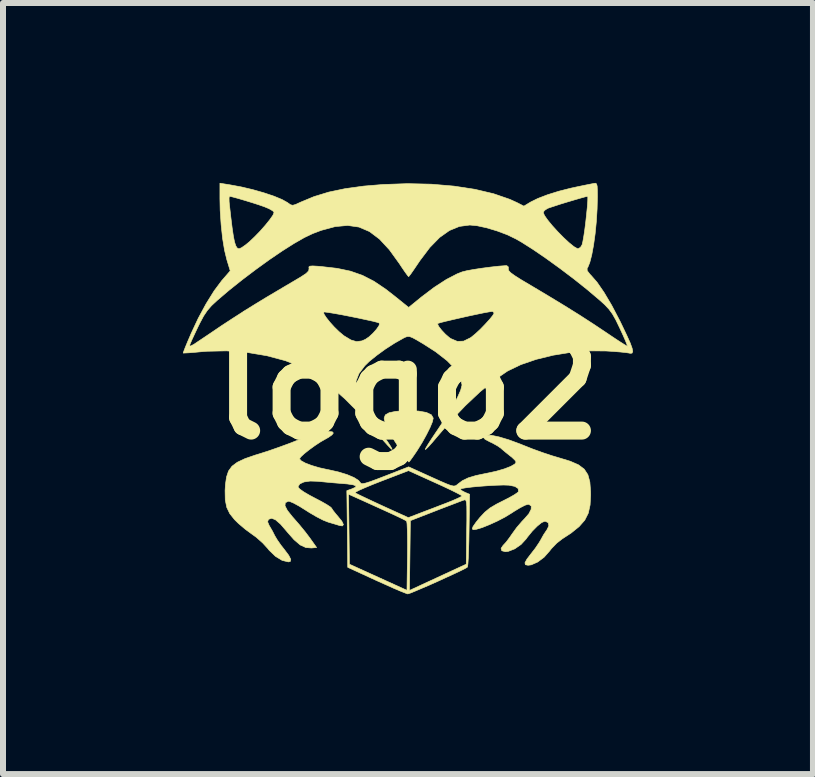
<source format=kicad_pcb>
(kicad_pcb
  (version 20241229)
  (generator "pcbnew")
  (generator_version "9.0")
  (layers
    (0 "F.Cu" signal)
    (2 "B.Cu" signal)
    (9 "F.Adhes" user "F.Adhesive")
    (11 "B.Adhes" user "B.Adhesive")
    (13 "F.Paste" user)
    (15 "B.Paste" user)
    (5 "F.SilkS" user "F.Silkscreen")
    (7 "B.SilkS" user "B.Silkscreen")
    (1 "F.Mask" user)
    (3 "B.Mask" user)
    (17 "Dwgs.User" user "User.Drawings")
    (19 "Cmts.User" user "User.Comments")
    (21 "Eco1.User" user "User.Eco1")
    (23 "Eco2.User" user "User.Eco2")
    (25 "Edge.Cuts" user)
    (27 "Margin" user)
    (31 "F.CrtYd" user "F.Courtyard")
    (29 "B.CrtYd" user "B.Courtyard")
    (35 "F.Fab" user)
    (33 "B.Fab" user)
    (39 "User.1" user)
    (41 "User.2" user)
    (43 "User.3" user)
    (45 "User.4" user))
  (footprint "logo2"
    (layer "F.Cu")
    (at 3.75 3.44)
    (property "Reference" "logo2" (at 0 0 0) (layer "F.SilkS") (effects (font (size 1.524 1.524) (thickness 0.3))))
    (attr through_hole)
    (fp_poly (pts (xy 0.179 0.364) (xy 0.31 0.387) (xy 0.392 0.426) (xy 0.423 0.48) (xy 0.423 0.484) (xy 0.409 0.545) (xy 0.369 0.641) (xy 0.31 0.759) (xy 0.239 0.887) (xy 0.161 1.013) (xy 0.136 1.051) (xy 0.08 1.132) (xy 0.038 1.19) (xy 0.018 1.213) (xy 0.017 1.214) (xy -0.001 1.192) (xy -0.043 1.134) (xy -0.1 1.051) (xy -0.12 1.02) (xy -0.222 0.86) (xy -0.304 0.715) (xy -0.362 0.594) (xy -0.392 0.506) (xy -0.395 0.48) (xy -0.375 0.428) (xy -0.312 0.392) (xy -0.203 0.369) (xy -0.043 0.358) (xy 0.001 0.357) (xy 0.179 0.364)) (stroke (width 0.01) (type solid)) (fill yes) (layer "F.SilkS"))
    (fp_poly (pts (xy -1.259 0.71) (xy -1.242 0.73) (xy -1.265 0.761) (xy -1.324 0.803) (xy -1.365 0.826) (xy -1.453 0.876) (xy -1.55 0.94) (xy -1.645 1.009) (xy -1.728 1.075) (xy -1.785 1.128) (xy -1.806 1.16) (xy -1.78 1.192) (xy -1.709 1.231) (xy -1.604 1.271) (xy -1.476 1.309) (xy -1.335 1.34) (xy -1.318 1.343) (xy -1.158 1.379) (xy -1.014 1.423) (xy -0.898 1.472) (xy -0.821 1.521) (xy -0.794 1.555) (xy -0.781 1.571) (xy -0.754 1.575) (xy -0.704 1.565) (xy -0.624 1.54) (xy -0.506 1.496) (xy -0.381 1.448) (xy 0.014 1.294) (xy 0.393 1.466) (xy 0.54 1.532) (xy 0.644 1.577) (xy 0.715 1.604) (xy 0.762 1.614) (xy 0.792 1.611) (xy 0.817 1.596) (xy 0.831 1.584) (xy 0.909 1.525) (xy 1.006 1.478) (xy 1.135 1.439) (xy 1.306 1.403) (xy 1.323 1.4) (xy 1.475 1.367) (xy 1.609 1.328) (xy 1.715 1.287) (xy 1.784 1.247) (xy 1.806 1.214) (xy 1.786 1.183) (xy 1.734 1.133) (xy 1.703 1.109) (xy 1.628 1.049) (xy 1.565 0.996) (xy 1.551 0.983) (xy 1.495 0.944) (xy 1.412 0.898) (xy 1.369 0.878) (xy 1.288 0.835) (xy 1.256 0.799) (xy 1.258 0.787) (xy 1.303 0.765) (xy 1.393 0.768) (xy 1.522 0.795) (xy 1.685 0.844) (xy 1.875 0.914) (xy 1.919 0.932) (xy 2.078 0.995) (xy 2.246 1.056) (xy 2.402 1.108) (xy 2.52 1.143) (xy 2.707 1.2) (xy 2.845 1.26) (xy 2.941 1.332) (xy 3.002 1.425) (xy 3.035 1.546) (xy 3.047 1.704) (xy 3.048 1.764) (xy 3.039 1.93) (xy 3.009 2.066) (xy 2.95 2.183) (xy 2.856 2.29) (xy 2.721 2.399) (xy 2.574 2.495) (xy 2.484 2.565) (xy 2.395 2.657) (xy 2.362 2.699) (xy 2.272 2.801) (xy 2.165 2.881) (xy 2.058 2.928) (xy 2.005 2.935) (xy 1.96 2.926) (xy 1.953 2.893) (xy 1.985 2.834) (xy 2.056 2.741) (xy 2.126 2.651) (xy 2.188 2.559) (xy 2.216 2.512) (xy 2.263 2.427) (xy 2.312 2.353) (xy 2.317 2.348) (xy 2.351 2.279) (xy 2.342 2.226) (xy 2.294 2.202) (xy 2.284 2.201) (xy 2.231 2.223) (xy 2.158 2.282) (xy 2.075 2.366) (xy 1.993 2.467) (xy 1.971 2.498) (xy 1.888 2.588) (xy 1.783 2.661) (xy 1.675 2.703) (xy 1.626 2.709) (xy 1.567 2.693) (xy 1.555 2.653) (xy 1.591 2.6) (xy 1.599 2.593) (xy 1.64 2.548) (xy 1.696 2.474) (xy 1.738 2.413) (xy 1.813 2.309) (xy 1.902 2.205) (xy 1.945 2.16) (xy 2.018 2.076) (xy 2.056 2.002) (xy 2.058 1.948) (xy 2.021 1.921) (xy 2.003 1.919) (xy 1.954 1.934) (xy 1.874 1.975) (xy 1.776 2.034) (xy 1.727 2.066) (xy 1.619 2.132) (xy 1.492 2.198) (xy 1.36 2.258) (xy 1.238 2.307) (xy 1.14 2.336) (xy 1.095 2.342) (xy 1.074 2.33) (xy 1.087 2.29) (xy 1.138 2.217) (xy 1.202 2.138) (xy 1.283 2.051) (xy 1.37 1.98) (xy 1.48 1.915) (xy 1.581 1.864) (xy 1.689 1.809) (xy 1.777 1.759) (xy 1.832 1.721) (xy 1.845 1.707) (xy 1.84 1.656) (xy 1.785 1.62) (xy 1.685 1.6) (xy 1.597 1.597) (xy 1.468 1.601) (xy 1.329 1.609) (xy 1.191 1.619) (xy 1.065 1.631) (xy 0.963 1.644) (xy 0.896 1.656) (xy 0.875 1.666) (xy 0.898 1.69) (xy 0.953 1.719) (xy 1.03 1.751) (xy 1.021 2.35) (xy 1.018 2.528) (xy 1.013 2.687) (xy 1.008 2.818) (xy 1.002 2.912) (xy 0.995 2.962) (xy 0.993 2.966) (xy 0.957 2.988) (xy 0.879 3.027) (xy 0.771 3.078) (xy 0.642 3.137) (xy 0.503 3.201) (xy 0.364 3.263) (xy 0.233 3.319) (xy 0.123 3.366) (xy 0.042 3.399) (xy 0.001 3.412) (xy -0.001 3.413) (xy -0.039 3.4) (xy -0.119 3.368) (xy -0.149 3.355) (xy 0.027 3.355) (xy 0.5 3.136) (xy 0.974 2.917) (xy 0.981 2.374) (xy 0.984 2.186) (xy 0.984 2.048) (xy 0.983 1.952) (xy 0.978 1.891) (xy 0.97 1.857) (xy 0.958 1.845) (xy 0.942 1.845) (xy 0.937 1.847) (xy 0.894 1.862) (xy 0.808 1.895) (xy 0.69 1.94) (xy 0.551 1.993) (xy 0.464 2.027) (xy 0.042 2.191) (xy 0.035 2.773) (xy 0.027 3.355) (xy -0.149 3.355) (xy -0.232 3.32) (xy -0.37 3.258) (xy -0.522 3.19) (xy -1.002 2.969) (xy -1.009 2.33) (xy -1.016 1.75) (xy -0.989 1.75) (xy -0.981 2.334) (xy -0.974 2.917) (xy -0.494 3.135) (xy -0.014 3.353) (xy -0.006 2.786) (xy -0.005 2.613) (xy -0.006 2.459) (xy -0.009 2.333) (xy -0.013 2.244) (xy -0.019 2.201) (xy -0.021 2.199) (xy -0.039 2.187) (xy -0.081 2.165) (xy -0.152 2.131) (xy -0.256 2.082) (xy -0.398 2.017) (xy -0.581 1.934) (xy -0.811 1.83) (xy -0.84 1.817) (xy -0.989 1.75) (xy -1.016 1.75) (xy -1.017 1.726) (xy -0.881 1.726) (xy -0.849 1.743) (xy -0.776 1.779) (xy -0.668 1.83) (xy -0.536 1.892) (xy -0.426 1.943) (xy 0.009 2.141) (xy 0.181 2.075) (xy 0.285 2.035) (xy 0.42 1.984) (xy 0.562 1.929) (xy 0.628 1.904) (xy 0.741 1.859) (xy 0.832 1.819) (xy 0.889 1.791) (xy 0.903 1.779) (xy 0.879 1.762) (xy 0.811 1.726) (xy 0.708 1.675) (xy 0.579 1.614) (xy 0.458 1.559) (xy 0.012 1.357) (xy -0.444 1.532) (xy -0.591 1.59) (xy -0.716 1.642) (xy -0.811 1.684) (xy -0.868 1.714) (xy -0.881 1.726) (xy -1.017 1.726) (xy -1.017 1.691) (xy -0.932 1.661) (xy -0.873 1.634) (xy -0.865 1.612) (xy -0.911 1.594) (xy -1.01 1.579) (xy -1.107 1.571) (xy -1.243 1.56) (xy -1.382 1.547) (xy -1.496 1.536) (xy -1.503 1.535) (xy -1.628 1.531) (xy -1.731 1.546) (xy -1.801 1.578) (xy -1.829 1.622) (xy -1.829 1.634) (xy -1.801 1.665) (xy -1.733 1.713) (xy -1.635 1.77) (xy -1.552 1.814) (xy -1.441 1.872) (xy -1.35 1.924) (xy -1.291 1.963) (xy -1.273 1.98) (xy -1.249 2.018) (xy -1.2 2.08) (xy -1.168 2.117) (xy -1.1 2.201) (xy -1.074 2.256) (xy -1.09 2.279) (xy -1.136 2.273) (xy -1.202 2.253) (xy -1.293 2.226) (xy -1.33 2.215) (xy -1.411 2.183) (xy -1.52 2.127) (xy -1.64 2.057) (xy -1.701 2.018) (xy -1.808 1.951) (xy -1.901 1.9) (xy -1.969 1.871) (xy -1.994 1.867) (xy -2.043 1.893) (xy -2.048 1.943) (xy -2.009 2.02) (xy -1.924 2.127) (xy -1.9 2.154) (xy -1.806 2.262) (xy -1.712 2.377) (xy -1.636 2.477) (xy -1.629 2.487) (xy -1.521 2.639) (xy -1.606 2.647) (xy -1.7 2.64) (xy -1.795 2.596) (xy -1.897 2.509) (xy -2.015 2.375) (xy -2.016 2.373) (xy -2.122 2.25) (xy -2.206 2.177) (xy -2.271 2.151) (xy -2.321 2.169) (xy -2.324 2.171) (xy -2.338 2.21) (xy -2.314 2.268) (xy -2.307 2.28) (xy -2.258 2.364) (xy -2.218 2.443) (xy -2.177 2.512) (xy -2.115 2.601) (xy -2.062 2.668) (xy -1.986 2.769) (xy -1.952 2.836) (xy -1.96 2.872) (xy -1.991 2.879) (xy -2.095 2.854) (xy -2.207 2.786) (xy -2.313 2.684) (xy -2.333 2.658) (xy -2.419 2.564) (xy -2.527 2.468) (xy -2.602 2.414) (xy -2.712 2.333) (xy -2.825 2.237) (xy -2.889 2.174) (xy -2.969 2.074) (xy -3.019 1.97) (xy -3.044 1.846) (xy -3.047 1.69) (xy -3.041 1.588) (xy -3.023 1.463) (xy -2.99 1.364) (xy -2.932 1.284) (xy -2.844 1.218) (xy -2.717 1.158) (xy -2.544 1.098) (xy -2.468 1.075) (xy -2.321 1.028) (xy -2.147 0.967) (xy -1.972 0.903) (xy -1.863 0.86) (xy -1.699 0.798) (xy -1.549 0.751) (xy -1.421 0.72) (xy -1.321 0.705) (xy -1.259 0.71)) (stroke (width 0.01) (type solid)) (fill yes) (layer "F.SilkS"))
    (fp_poly (pts (xy 3.147 -3.423) (xy 3.157 -3.385) (xy 3.16 -3.311) (xy 3.161 -3.211) (xy 3.156 -3.005) (xy 3.143 -2.796) (xy 3.123 -2.592) (xy 3.097 -2.405) (xy 3.067 -2.242) (xy 3.034 -2.114) (xy 3 -2.03) (xy 2.989 -2.016) (xy 2.991 -1.976) (xy 3.039 -1.914) (xy 3.051 -1.903) (xy 3.155 -1.784) (xy 3.272 -1.614) (xy 3.4 -1.398) (xy 3.536 -1.138) (xy 3.569 -1.07) (xy 3.651 -0.898) (xy 3.708 -0.771) (xy 3.74 -0.683) (xy 3.75 -0.629) (xy 3.738 -0.602) (xy 3.706 -0.599) (xy 3.69 -0.603) (xy 3.637 -0.611) (xy 3.542 -0.621) (xy 3.419 -0.631) (xy 3.302 -0.638) (xy 3.015 -0.64) (xy 2.718 -0.615) (xy 2.421 -0.567) (xy 2.14 -0.498) (xy 1.886 -0.411) (xy 1.674 -0.309) (xy 1.656 -0.299) (xy 1.439 -0.15) (xy 1.203 0.044) (xy 0.957 0.276) (xy 0.706 0.539) (xy 0.483 0.798) (xy 0.406 0.889) (xy 0.343 0.959) (xy 0.302 0.999) (xy 0.291 1.005) (xy 0.301 0.979) (xy 0.339 0.916) (xy 0.398 0.824) (xy 0.473 0.712) (xy 0.495 0.68) (xy 0.631 0.475) (xy 0.743 0.292) (xy 0.827 0.138) (xy 0.881 0.017) (xy 0.903 -0.067) (xy 0.903 -0.074) (xy 0.875 -0.2) (xy 0.793 -0.334) (xy 0.656 -0.475) (xy 0.465 -0.624) (xy 0.264 -0.753) (xy 0.153 -0.819) (xy 0.078 -0.86) (xy 0.028 -0.879) (xy -0.01 -0.879) (xy -0.048 -0.865) (xy -0.068 -0.855) (xy -0.217 -0.771) (xy -0.374 -0.67) (xy -0.521 -0.563) (xy -0.646 -0.462) (xy -0.718 -0.391) (xy -0.816 -0.26) (xy -0.863 -0.138) (xy -0.862 -0.016) (xy -0.848 0.038) (xy -0.812 0.121) (xy -0.75 0.238) (xy -0.668 0.377) (xy -0.574 0.529) (xy -0.474 0.68) (xy -0.39 0.8) (xy -0.328 0.889) (xy -0.283 0.959) (xy -0.262 1) (xy -0.262 1.005) (xy -0.284 0.989) (xy -0.334 0.937) (xy -0.408 0.855) (xy -0.498 0.752) (xy -0.548 0.693) (xy -0.803 0.407) (xy -1.056 0.154) (xy -1.301 -0.061) (xy -1.534 -0.234) (xy -1.749 -0.36) (xy -1.766 -0.368) (xy -2.041 -0.476) (xy -2.353 -0.559) (xy -2.686 -0.615) (xy -3.025 -0.64) (xy -3.356 -0.633) (xy -3.405 -0.629) (xy -3.535 -0.617) (xy -3.643 -0.608) (xy -3.717 -0.604) (xy -3.745 -0.603) (xy -3.737 -0.63) (xy -3.711 -0.698) (xy -3.7 -0.724) (xy -3.64 -0.724) (xy -3.621 -0.721) (xy -3.572 -0.746) (xy -3.562 -0.752) (xy -3.512 -0.786) (xy -3.425 -0.844) (xy -3.312 -0.92) (xy -3.182 -1.008) (xy -3.104 -1.061) (xy -2.931 -1.174) (xy -2.755 -1.287) (xy -1.403 -1.287) (xy -1.399 -1.255) (xy -1.361 -1.196) (xy -1.301 -1.12) (xy -1.227 -1.038) (xy -1.147 -0.96) (xy -1.072 -0.897) (xy -1.061 -0.889) (xy -0.948 -0.821) (xy -0.855 -0.794) (xy -0.766 -0.806) (xy -0.707 -0.832) (xy -0.647 -0.873) (xy -0.582 -0.933) (xy -0.523 -0.999) (xy -0.482 -1.058) (xy -0.471 -1.094) (xy 0.494 -1.094) (xy 0.513 -1.05) (xy 0.562 -0.986) (xy 0.626 -0.918) (xy 0.692 -0.861) (xy 0.715 -0.845) (xy 0.825 -0.798) (xy 0.93 -0.802) (xy 1.042 -0.857) (xy 1.061 -0.87) (xy 1.129 -0.926) (xy 1.21 -1.001) (xy 1.291 -1.085) (xy 1.364 -1.165) (xy 1.417 -1.231) (xy 1.439 -1.271) (xy 1.439 -1.273) (xy 1.417 -1.295) (xy 1.404 -1.297) (xy 1.355 -1.29) (xy 1.266 -1.274) (xy 1.151 -1.25) (xy 1.019 -1.222) (xy 0.881 -1.191) (xy 0.75 -1.161) (xy 0.635 -1.134) (xy 0.548 -1.112) (xy 0.5 -1.097) (xy 0.494 -1.094) (xy -0.471 -1.094) (xy -0.47 -1.097) (xy -0.473 -1.102) (xy -0.508 -1.115) (xy -0.586 -1.135) (xy -0.696 -1.159) (xy -0.826 -1.187) (xy -0.965 -1.215) (xy -1.102 -1.242) (xy -1.225 -1.264) (xy -1.324 -1.28) (xy -1.387 -1.288) (xy -1.403 -1.287) (xy -2.755 -1.287) (xy -2.733 -1.302) (xy -2.531 -1.427) (xy -2.35 -1.537) (xy -2.328 -1.55) (xy -2.181 -1.637) (xy -2.038 -1.722) (xy -1.912 -1.796) (xy -1.816 -1.853) (xy -1.784 -1.872) (xy -1.696 -1.93) (xy -1.653 -1.974) (xy -1.647 -2.013) (xy -1.647 -2.013) (xy -1.65 -2.039) (xy -1.634 -2.052) (xy -1.588 -2.056) (xy -1.501 -2.051) (xy -1.444 -2.046) (xy -1.181 -2.016) (xy -0.957 -1.969) (xy -0.757 -1.899) (xy -0.566 -1.801) (xy -0.367 -1.667) (xy -0.226 -1.557) (xy 0.014 -1.364) (xy 0.226 -1.537) (xy 0.44 -1.699) (xy 0.642 -1.83) (xy 0.823 -1.924) (xy 0.907 -1.957) (xy 0.983 -1.976) (xy 1.098 -1.997) (xy 1.236 -2.018) (xy 1.381 -2.037) (xy 1.515 -2.052) (xy 1.622 -2.06) (xy 1.651 -2.06) (xy 1.676 -2.039) (xy 1.675 -2.01) (xy 1.68 -1.981) (xy 1.712 -1.945) (xy 1.779 -1.896) (xy 1.886 -1.828) (xy 1.967 -1.78) (xy 2.305 -1.579) (xy 2.6 -1.4) (xy 2.862 -1.237) (xy 3.097 -1.085) (xy 3.301 -0.949) (xy 3.424 -0.866) (xy 3.529 -0.797) (xy 3.609 -0.746) (xy 3.654 -0.72) (xy 3.662 -0.718) (xy 3.654 -0.745) (xy 3.627 -0.813) (xy 3.584 -0.911) (xy 3.534 -1.019) (xy 3.468 -1.156) (xy 3.412 -1.255) (xy 3.354 -1.334) (xy 3.284 -1.409) (xy 3.201 -1.484) (xy 2.997 -1.657) (xy 2.773 -1.836) (xy 2.539 -2.013) (xy 2.308 -2.18) (xy 2.089 -2.33) (xy 1.895 -2.453) (xy 1.806 -2.504) (xy 1.66 -2.575) (xy 1.49 -2.639) (xy 1.317 -2.691) (xy 1.156 -2.726) (xy 1.033 -2.738) (xy 0.86 -2.715) (xy 0.694 -2.647) (xy 0.53 -2.531) (xy 0.367 -2.364) (xy 0.2 -2.143) (xy 0.163 -2.088) (xy 0.1 -1.995) (xy 0.05 -1.923) (xy 0.018 -1.882) (xy 0.013 -1.877) (xy -0.006 -1.899) (xy -0.049 -1.958) (xy -0.107 -2.043) (xy -0.141 -2.095) (xy -0.308 -2.326) (xy -0.472 -2.503) (xy -0.639 -2.629) (xy -0.814 -2.704) (xy -1.003 -2.731) (xy -1.211 -2.712) (xy -1.445 -2.649) (xy -1.585 -2.596) (xy -1.724 -2.53) (xy -1.897 -2.431) (xy -2.096 -2.305) (xy -2.312 -2.158) (xy -2.536 -1.996) (xy -2.762 -1.825) (xy -2.981 -1.65) (xy -3.184 -1.477) (xy -3.185 -1.476) (xy -3.275 -1.392) (xy -3.344 -1.312) (xy -3.405 -1.221) (xy -3.469 -1.101) (xy -3.503 -1.032) (xy -3.558 -0.915) (xy -3.603 -0.818) (xy -3.632 -0.75) (xy -3.64 -0.724) (xy -3.7 -0.724) (xy -3.67 -0.797) (xy -3.618 -0.917) (xy -3.618 -0.919) (xy -3.495 -1.182) (xy -3.363 -1.426) (xy -3.23 -1.64) (xy -3.101 -1.813) (xy -3.084 -1.832) (xy -2.961 -1.974) (xy -3.017 -2.157) (xy -3.056 -2.317) (xy -3.089 -2.518) (xy -3.113 -2.745) (xy -3.129 -2.982) (xy -3.133 -3.174) (xy -3.133 -3.192) (xy -2.981 -3.192) (xy -2.98 -3.13) (xy -2.977 -3.097) (xy -2.951 -2.868) (xy -2.929 -2.689) (xy -2.909 -2.554) (xy -2.89 -2.458) (xy -2.87 -2.395) (xy -2.849 -2.359) (xy -2.826 -2.344) (xy -2.813 -2.342) (xy -2.772 -2.36) (xy -2.706 -2.406) (xy -2.639 -2.461) (xy -2.552 -2.544) (xy -2.46 -2.639) (xy -2.373 -2.738) (xy -2.3 -2.829) (xy -2.249 -2.902) (xy -2.23 -2.947) (xy -2.23 -2.947) (xy 2.258 -2.947) (xy 2.278 -2.898) (xy 2.331 -2.822) (xy 2.408 -2.728) (xy 2.499 -2.628) (xy 2.596 -2.529) (xy 2.689 -2.443) (xy 2.769 -2.378) (xy 2.827 -2.345) (xy 2.839 -2.342) (xy 2.879 -2.366) (xy 2.905 -2.408) (xy 2.918 -2.461) (xy 2.934 -2.551) (xy 2.951 -2.666) (xy 2.967 -2.795) (xy 2.981 -2.924) (xy 2.993 -3.043) (xy 3 -3.139) (xy 3.001 -3.201) (xy 2.997 -3.217) (xy 2.961 -3.209) (xy 2.884 -3.188) (xy 2.781 -3.158) (xy 2.663 -3.123) (xy 2.545 -3.087) (xy 2.441 -3.053) (xy 2.362 -3.027) (xy 2.327 -3.014) (xy 2.276 -2.979) (xy 2.258 -2.947) (xy -2.23 -2.947) (xy -2.23 -2.947) (xy -2.254 -2.976) (xy -2.318 -3.012) (xy -2.392 -3.043) (xy -2.484 -3.075) (xy -2.596 -3.111) (xy -2.714 -3.147) (xy -2.825 -3.18) (xy -2.914 -3.204) (xy -2.966 -3.217) (xy -2.973 -3.217) (xy -2.981 -3.192) (xy -3.133 -3.192) (xy -3.133 -3.435) (xy -2.97 -3.409) (xy -2.78 -3.374) (xy -2.585 -3.328) (xy -2.399 -3.275) (xy -2.232 -3.219) (xy -2.097 -3.163) (xy -2.004 -3.111) (xy -1.997 -3.105) (xy -1.955 -3.076) (xy -1.919 -3.067) (xy -1.87 -3.081) (xy -1.79 -3.118) (xy -1.564 -3.212) (xy -1.319 -3.287) (xy -1.047 -3.344) (xy -0.737 -3.387) (xy -0.413 -3.414) (xy -0.004 -3.428) (xy 0.393 -3.419) (xy 0.768 -3.387) (xy 1.116 -3.334) (xy 1.429 -3.26) (xy 1.699 -3.167) (xy 1.822 -3.111) (xy 1.935 -3.053) (xy 2.047 -3.121) (xy 2.166 -3.18) (xy 2.327 -3.242) (xy 2.515 -3.301) (xy 2.716 -3.352) (xy 2.808 -3.372) (xy 2.923 -3.396) (xy 3.022 -3.416) (xy 3.089 -3.429) (xy 3.097 -3.431) (xy 3.128 -3.435) (xy 3.147 -3.423)) (stroke (width 0.01) (type solid)) (fill yes) (layer "F.SilkS")))
  (gr_rect
    (start -3 -3)
    (end 10.505 9.857)
    (stroke (width 0.1) (type default))
    (fill no)
    (layer "Edge.Cuts")))
</source>
